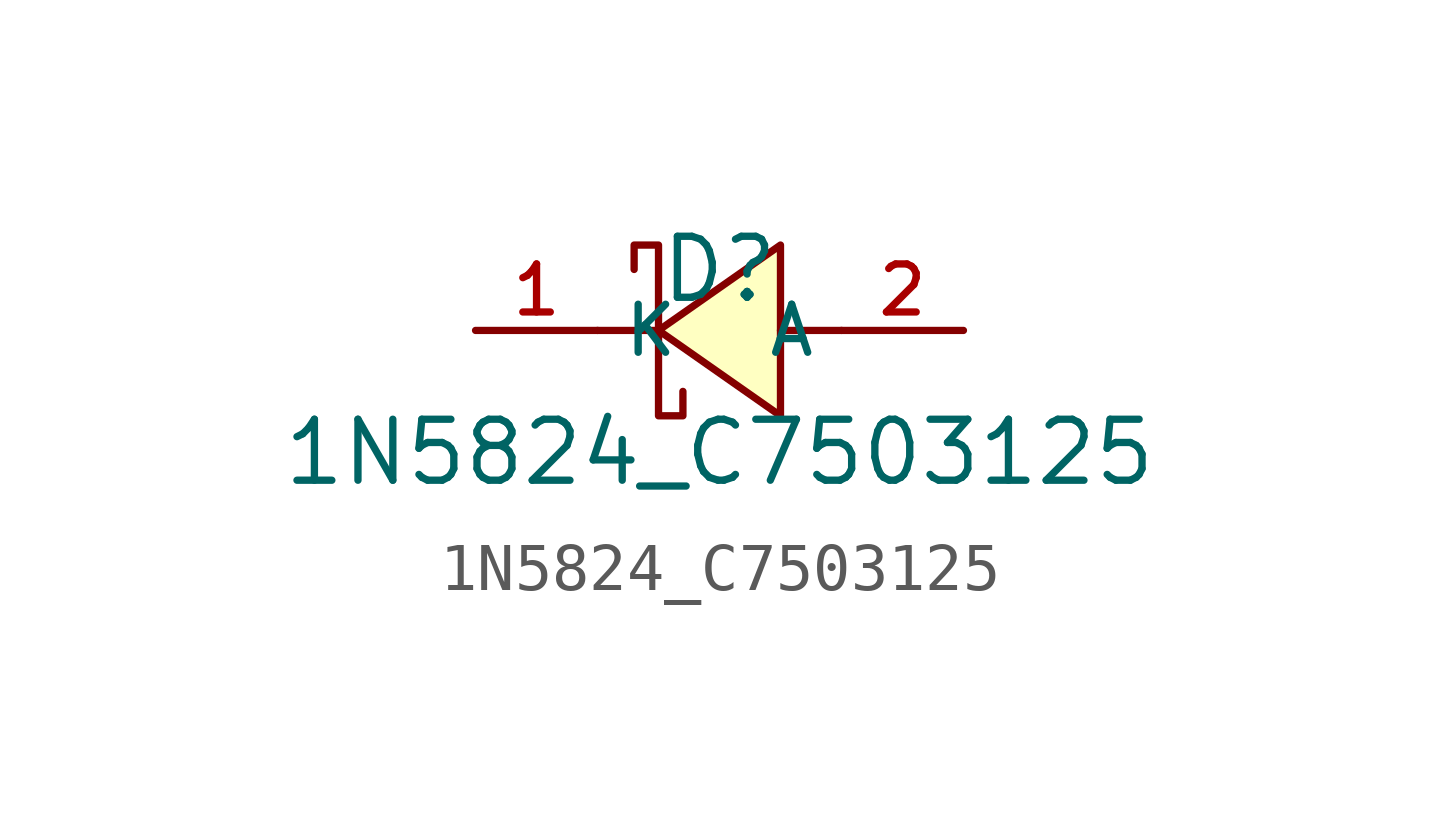
<source format=kicad_sym>
(kicad_symbol_lib
  (version 20210201)
  (generator TousstNicolas/JLC2KiCad_lib)
  (symbol "1N5824_C7503125"
    (property "Reference" "D"
      (at 0 1.27 0)
      (effects (font (size 1.27 1.27))))
    (property "Value" "1N5824_C7503125"
      (at 0 -2.54 0)
      (effects (font (size 1.27 1.27))))
    (symbol "1N5824_C7503125_0_1"
      (pin unspecified line (at 5.08 -0.0 180) (length 2.54) (name "A" (effects (font (size 1 1)))) (number "2" (effects (font (size 1 1)))))
      (pin unspecified line (at -5.08 -0.0 0) (length 2.54) (name "K" (effects (font (size 1 1)))) (number "1" (effects (font (size 1 1)))))
      (polyline (pts (xy -1.778 1.27) (xy -1.778 1.778) (xy -1.27 1.778) (xy -1.27 -1.778) (xy -0.762 -1.778) (xy -0.762 -1.27)) (stroke (width 0) (type default) (color 0 0 0 0)) (fill (type none)))
      (polyline (pts (xy 2.54 -0.0) (xy 1.27 -0.0)) (stroke (width 0) (type default) (color 0 0 0 0)) (fill (type none)))
      (polyline (pts (xy -1.27 -0.0) (xy -2.54 -0.0)) (stroke (width 0) (type default) (color 0 0 0 0)) (fill (type none)))
      (polyline (pts (xy 1.27 1.778) (xy -1.27 -0.0) (xy 1.27 -1.778) (xy 1.27 1.778)) (stroke (width 0) (type default) (color 0 0 0 0)) (fill (type background))))))
</source>
